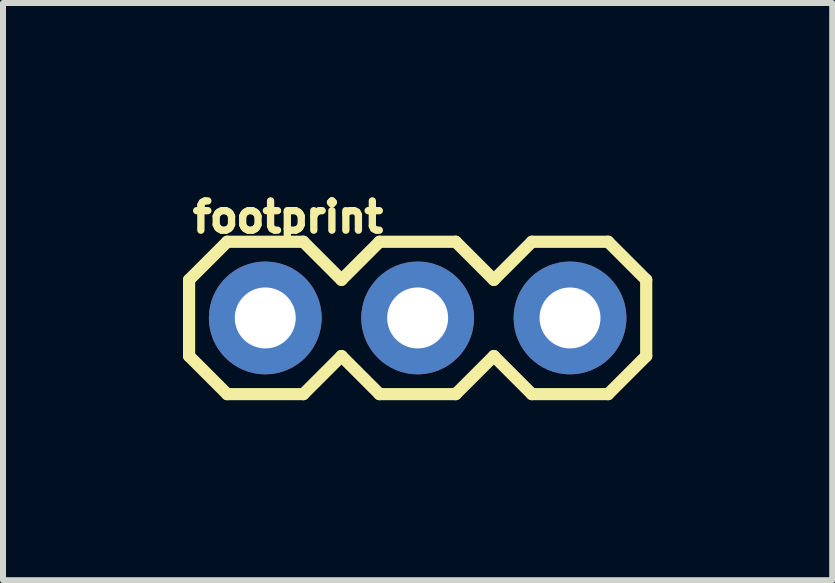
<source format=kicad_pcb>
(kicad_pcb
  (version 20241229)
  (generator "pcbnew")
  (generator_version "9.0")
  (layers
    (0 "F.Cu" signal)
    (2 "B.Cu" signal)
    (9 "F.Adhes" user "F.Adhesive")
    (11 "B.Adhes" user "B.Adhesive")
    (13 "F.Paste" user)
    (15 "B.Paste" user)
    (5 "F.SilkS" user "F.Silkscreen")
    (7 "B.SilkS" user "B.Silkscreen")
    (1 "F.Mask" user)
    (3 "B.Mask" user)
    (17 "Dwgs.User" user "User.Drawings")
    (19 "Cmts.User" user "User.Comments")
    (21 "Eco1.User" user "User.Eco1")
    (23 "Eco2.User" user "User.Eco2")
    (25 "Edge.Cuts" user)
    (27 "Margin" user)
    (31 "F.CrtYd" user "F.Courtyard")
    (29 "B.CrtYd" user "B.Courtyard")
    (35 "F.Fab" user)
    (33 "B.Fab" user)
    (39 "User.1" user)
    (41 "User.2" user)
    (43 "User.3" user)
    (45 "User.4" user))
  (footprint "footprint"
    (layer "F.Cu")
    (at 1.372 2.25)
    (property "Reference" "footprint" (at -1.27 -1.397 0) (layer "F.SilkS") (effects (font (size 0.488 0.488) (thickness 0.122)) (justify left bottom)))
    (fp_line (start -1.27 -0.635) (end -1.27 0.635) (stroke (width 0.203) (type solid)) (layer "F.SilkS"))
    (fp_line (start -1.27 0.635) (end -0.635 1.27) (stroke (width 0.203) (type solid)) (layer "F.SilkS"))
    (fp_line (start -0.635 -1.27) (end -1.27 -0.635) (stroke (width 0.203) (type solid)) (layer "F.SilkS"))
    (fp_line (start -0.635 -1.27) (end 0.635 -1.27) (stroke (width 0.203) (type solid)) (layer "F.SilkS"))
    (fp_line (start 0.635 -1.27) (end 1.27 -0.635) (stroke (width 0.203) (type solid)) (layer "F.SilkS"))
    (fp_line (start 0.635 1.27) (end -0.635 1.27) (stroke (width 0.203) (type solid)) (layer "F.SilkS"))
    (fp_line (start 1.27 -0.635) (end 1.905 -1.27) (stroke (width 0.203) (type solid)) (layer "F.SilkS"))
    (fp_line (start 1.27 0.635) (end 0.635 1.27) (stroke (width 0.203) (type solid)) (layer "F.SilkS"))
    (fp_line (start 1.905 -1.27) (end 3.175 -1.27) (stroke (width 0.203) (type solid)) (layer "F.SilkS"))
    (fp_line (start 1.905 1.27) (end 1.27 0.635) (stroke (width 0.203) (type solid)) (layer "F.SilkS"))
    (fp_line (start 3.175 -1.27) (end 3.81 -0.635) (stroke (width 0.203) (type solid)) (layer "F.SilkS"))
    (fp_line (start 3.175 1.27) (end 1.905 1.27) (stroke (width 0.203) (type solid)) (layer "F.SilkS"))
    (fp_line (start 3.81 -0.635) (end 4.445 -1.27) (stroke (width 0.203) (type solid)) (layer "F.SilkS"))
    (fp_line (start 3.81 0.635) (end 3.175 1.27) (stroke (width 0.203) (type solid)) (layer "F.SilkS"))
    (fp_line (start 4.445 -1.27) (end 5.715 -1.27) (stroke (width 0.203) (type solid)) (layer "F.SilkS"))
    (fp_line (start 4.445 1.27) (end 3.81 0.635) (stroke (width 0.203) (type solid)) (layer "F.SilkS"))
    (fp_line (start 5.715 -1.27) (end 6.35 -0.635) (stroke (width 0.203) (type solid)) (layer "F.SilkS"))
    (fp_line (start 5.715 1.27) (end 4.445 1.27) (stroke (width 0.203) (type solid)) (layer "F.SilkS"))
    (fp_line (start 6.35 -0.635) (end 6.35 0.635) (stroke (width 0.203) (type solid)) (layer "F.SilkS"))
    (fp_line (start 6.35 0.635) (end 5.715 1.27) (stroke (width 0.203) (type solid)) (layer "F.SilkS"))
    (fp_poly (pts (xy -0.254 0.254) (xy 0.254 0.254) (xy 0.254 -0.254) (xy -0.254 -0.254)) (stroke (width 0.1) (type solid)) (fill no) (layer "F.Fab"))
    (fp_poly (pts (xy 2.286 0.254) (xy 2.794 0.254) (xy 2.794 -0.254) (xy 2.286 -0.254)) (stroke (width 0.1) (type solid)) (fill no) (layer "F.Fab"))
    (fp_poly (pts (xy 4.826 0.254) (xy 5.334 0.254) (xy 5.334 -0.254) (xy 4.826 -0.254)) (stroke (width 0.1) (type solid)) (fill no) (layer "F.Fab"))
    (pad "1" thru_hole circle (at 0 0 90) (size 1.88 1.88) (drill 1.016) (layers "*.Cu" "*.Mask"))
    (pad "2" thru_hole circle (at 2.54 0 90) (size 1.88 1.88) (drill 1.016) (layers "*.Cu" "*.Mask"))
    (pad "3" thru_hole circle (at 5.08 0 90) (size 1.88 1.88) (drill 1.016) (layers "*.Cu" "*.Mask")))
  (gr_rect
    (start -3 -3)
    (end 10.823 6.622)
    (stroke (width 0.1) (type default))
    (fill no)
    (layer "Edge.Cuts")))
</source>
